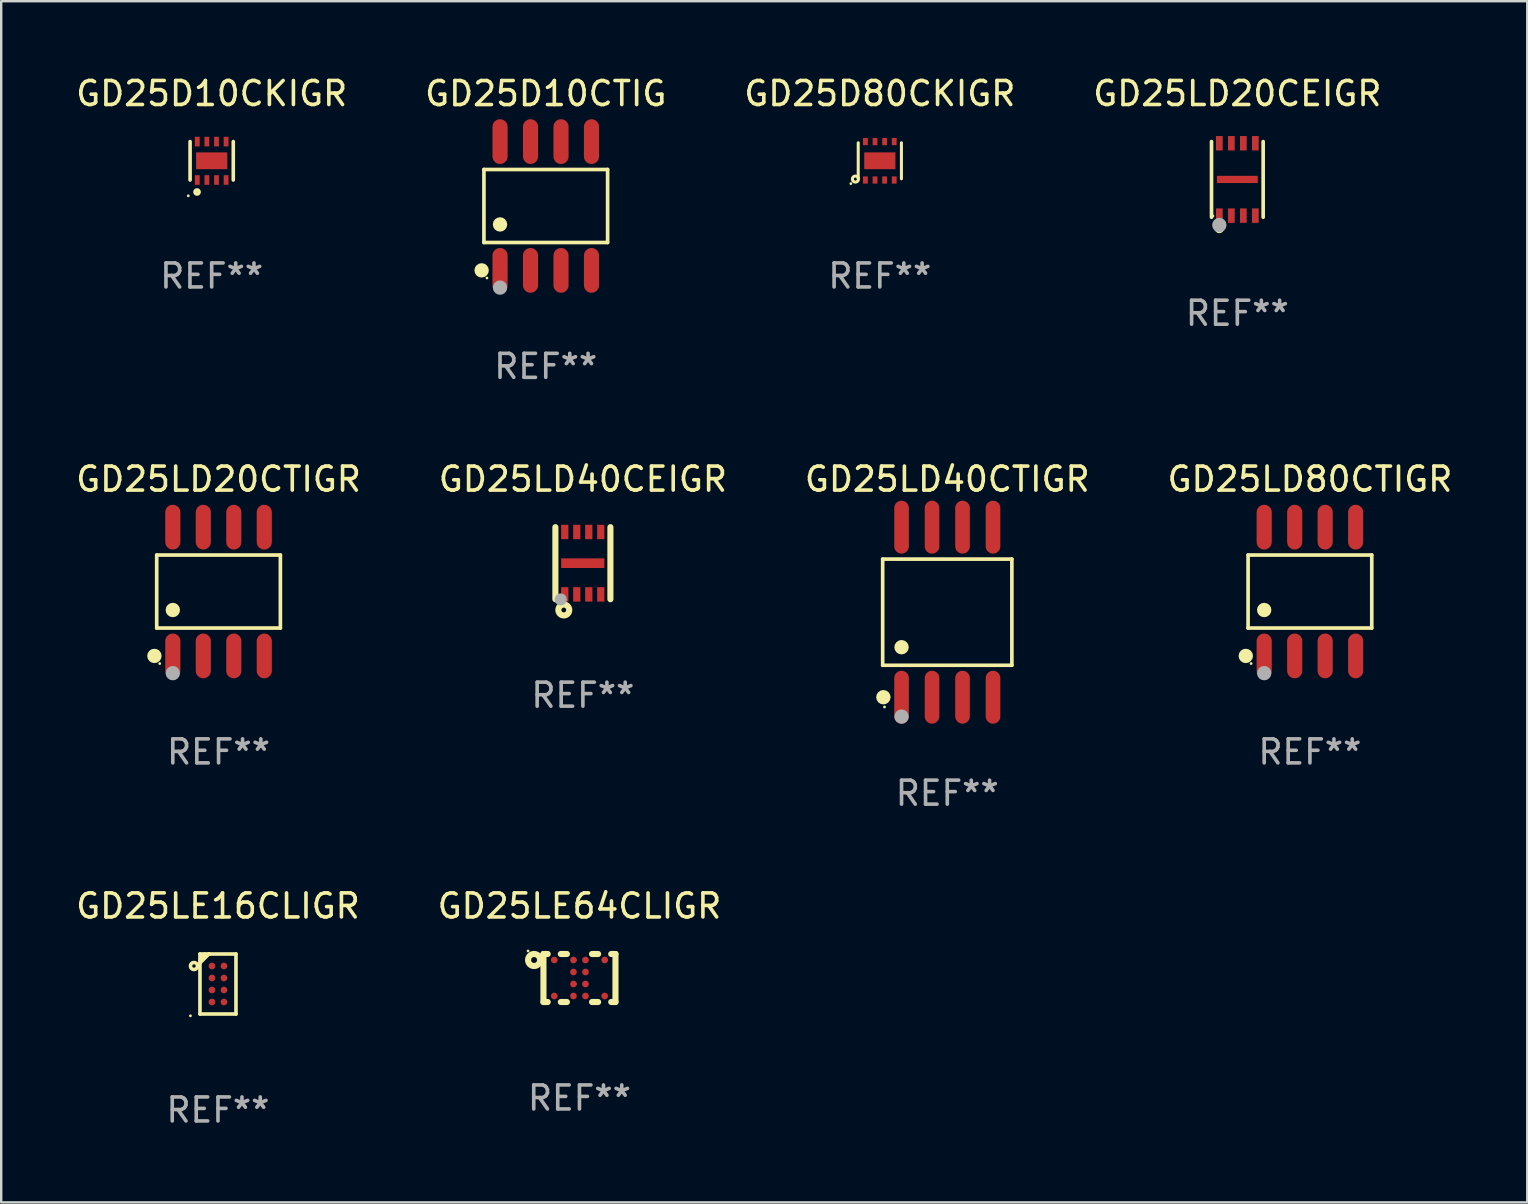
<source format=kicad_pcb>
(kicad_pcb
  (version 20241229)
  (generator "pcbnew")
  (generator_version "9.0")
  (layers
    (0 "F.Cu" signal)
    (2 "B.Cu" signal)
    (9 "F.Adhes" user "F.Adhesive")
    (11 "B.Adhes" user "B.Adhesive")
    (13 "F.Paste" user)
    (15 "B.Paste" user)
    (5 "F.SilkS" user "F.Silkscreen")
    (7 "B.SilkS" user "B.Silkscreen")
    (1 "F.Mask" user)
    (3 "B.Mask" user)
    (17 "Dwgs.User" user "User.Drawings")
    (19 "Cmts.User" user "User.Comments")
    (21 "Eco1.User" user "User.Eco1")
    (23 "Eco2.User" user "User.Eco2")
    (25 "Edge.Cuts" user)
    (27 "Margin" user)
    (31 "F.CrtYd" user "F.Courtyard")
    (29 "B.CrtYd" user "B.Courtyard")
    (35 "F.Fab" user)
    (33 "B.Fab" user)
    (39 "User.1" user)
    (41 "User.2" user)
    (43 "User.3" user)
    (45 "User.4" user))
  (footprint "GD25LD20CEIGR"
    (layer "F.Cu")
    (at 48.494 4.424)
    (property "Reference" "GD25LD20CEIGR" (at 0 -3.576 0) (layer "F.SilkS") (effects (font (size 1 1) (thickness 0.15))))
    (attr through_hole)
    (fp_line (start -1.076 1.576) (end -1.076 -1.576) (stroke (width 0.152) (type solid)) (layer "F.SilkS"))
    (fp_line (start 1.076 -1.576) (end 1.076 1.576) (stroke (width 0.152) (type solid)) (layer "F.SilkS"))
    (fp_circle (center -1.016 1.524) (end -0.986 1.524) (stroke (width 0.06) (type solid)) (fill no) (layer "F.SilkS"))
    (fp_circle (center -0.75 2.04) (end -0.65 2.04) (stroke (width 0.2) (type solid)) (fill no) (layer "F.SilkS"))
    (fp_circle (center -0.75 1.9) (end -0.6 1.9) (stroke (width 0.3) (type solid)) (fill no) (layer "F.Fab"))
    (fp_text user "REF**" (at 0 5.576 0) (layer "F.Fab") (effects (font (size 1 1) (thickness 0.15))))
    (pad "1" smd rect (at -0.75 1.508) (size 0.28 0.6) (layers "F.Cu" "F.Mask" "F.Paste"))
    (pad "2" smd rect (at -0.25 1.508) (size 0.28 0.6) (layers "F.Cu" "F.Mask" "F.Paste"))
    (pad "3" smd rect (at 0.25 1.508) (size 0.28 0.6) (layers "F.Cu" "F.Mask" "F.Paste"))
    (pad "4" smd rect (at 0.75 1.508) (size 0.28 0.6) (layers "F.Cu" "F.Mask" "F.Paste"))
    (pad "5" smd rect (at 0.75 -1.507) (size 0.28 0.6) (layers "F.Cu" "F.Mask" "F.Paste"))
    (pad "6" smd rect (at 0.25 -1.507) (size 0.28 0.6) (layers "F.Cu" "F.Mask" "F.Paste"))
    (pad "7" smd rect (at -0.25 -1.507) (size 0.28 0.6) (layers "F.Cu" "F.Mask" "F.Paste"))
    (pad "8" smd rect (at -0.75 -1.507) (size 0.28 0.6) (layers "F.Cu" "F.Mask" "F.Paste"))
    (pad "9" smd rect (at 0.000064 0.000089) (size 1.7 0.3) (layers "F.Cu" "F.Mask" "F.Paste")))
  (footprint "GD25D10CKIGR"
    (layer "F.Cu")
    (at 5.768 3.648)
    (property "Reference" "GD25D10CKIGR" (at 0 -2.8 0) (layer "F.SilkS") (effects (font (size 1 1) (thickness 0.15))))
    (attr through_hole)
    (fp_line (start -0.9 -0.8) (end -0.9 0.8) (stroke (width 0.15) (type solid)) (layer "F.SilkS"))
    (fp_line (start 0.9 -0.8) (end 0.9 0.8) (stroke (width 0.15) (type solid)) (layer "F.SilkS"))
    (fp_circle (center -0.975 1.46) (end -0.945 1.46) (stroke (width 0.06) (type solid)) (fill no) (layer "F.SilkS"))
    (fp_circle (center -0.61 1.3) (end -0.525 1.3) (stroke (width 0.15) (type solid)) (fill no) (layer "F.SilkS"))
    (fp_text user "REF**" (at 0 4.8 0) (layer "F.Fab") (effects (font (size 1 1) (thickness 0.15))))
    (pad "1" smd rect (at -0.6 0.8) (size 0.2 0.4) (layers "F.Cu" "F.Mask" "F.Paste"))
    (pad "2" smd rect (at -0.2 0.8) (size 0.2 0.4) (layers "F.Cu" "F.Mask" "F.Paste"))
    (pad "3" smd rect (at 0.2 0.8) (size 0.2 0.4) (layers "F.Cu" "F.Mask" "F.Paste"))
    (pad "4" smd rect (at 0.6 0.8) (size 0.2 0.4) (layers "F.Cu" "F.Mask" "F.Paste"))
    (pad "5" smd rect (at 0.6 -0.8) (size 0.2 0.4) (layers "F.Cu" "F.Mask" "F.Paste"))
    (pad "6" smd rect (at 0.2 -0.8) (size 0.2 0.4) (layers "F.Cu" "F.Mask" "F.Paste"))
    (pad "7" smd rect (at -0.2 -0.8) (size 0.2 0.4) (layers "F.Cu" "F.Mask" "F.Paste"))
    (pad "8" smd rect (at -0.6 -0.8) (size 0.2 0.4) (layers "F.Cu" "F.Mask" "F.Paste"))
    (pad "9" smd rect (at 0 0 90) (size 0.7 1.3) (layers "F.Cu" "F.Mask" "F.Paste")))
  (footprint "GD25D80CKIGR"
    (layer "F.Cu")
    (at 33.601 3.648)
    (property "Reference" "GD25D80CKIGR" (at 0 -2.8 0) (layer "F.SilkS") (effects (font (size 1 1) (thickness 0.15))))
    (attr through_hole)
    (fp_line (start -0.9 0.75) (end -0.9 -0.75) (stroke (width 0.127) (type solid)) (layer "F.SilkS"))
    (fp_line (start 0.9 0.75) (end 0.9 -0.75) (stroke (width 0.127) (type solid)) (layer "F.SilkS"))
    (fp_circle (center -1.206 0.952) (end -1.176 0.952) (stroke (width 0.06) (type solid)) (fill no) (layer "F.SilkS"))
    (fp_circle (center -1.016 0.762) (end -0.889 0.762) (stroke (width 0.127) (type solid)) (fill no) (layer "F.SilkS"))
    (fp_text user "REF**" (at 0 4.8 0) (layer "F.Fab") (effects (font (size 1 1) (thickness 0.15))))
    (pad "1" smd rect (at -0.6 0.8 180) (size 0.2 0.3) (layers "F.Cu" "F.Mask" "F.Paste"))
    (pad "2" smd rect (at -0.2 0.8 180) (size 0.2 0.3) (layers "F.Cu" "F.Mask" "F.Paste"))
    (pad "3" smd rect (at 0.2 0.8 180) (size 0.2 0.3) (layers "F.Cu" "F.Mask" "F.Paste"))
    (pad "4" smd rect (at 0.6 0.8 180) (size 0.2 0.3) (layers "F.Cu" "F.Mask" "F.Paste"))
    (pad "5" smd rect (at 0.6 -0.8 180) (size 0.2 0.3) (layers "F.Cu" "F.Mask" "F.Paste"))
    (pad "6" smd rect (at 0.2 -0.8 180) (size 0.2 0.3) (layers "F.Cu" "F.Mask" "F.Paste"))
    (pad "7" smd rect (at -0.2 -0.8 180) (size 0.2 0.3) (layers "F.Cu" "F.Mask" "F.Paste"))
    (pad "8" smd rect (at -0.6 -0.8 180) (size 0.2 0.3) (layers "F.Cu" "F.Mask" "F.Paste"))
    (pad "9" smd rect (at 0.000064 -0.000127 270) (size 0.7 1.3) (layers "F.Cu" "F.Mask" "F.Paste")))
  (footprint "GD25D10CTIG"
    (layer "F.Cu")
    (at 19.685 5.531)
    (property "Reference" "GD25D10CTIG" (at 0 -4.682 0) (layer "F.SilkS") (effects (font (size 1 1) (thickness 0.15))))
    (attr through_hole)
    (fp_line (start -2.576 -1.521) (end 2.576 -1.521) (stroke (width 0.152) (type solid)) (layer "F.SilkS"))
    (fp_line (start -2.576 1.521) (end -2.576 -1.521) (stroke (width 0.152) (type solid)) (layer "F.SilkS"))
    (fp_line (start 2.576 -1.521) (end 2.576 1.521) (stroke (width 0.152) (type solid)) (layer "F.SilkS"))
    (fp_line (start 2.576 1.521) (end -2.576 1.521) (stroke (width 0.152) (type solid)) (layer "F.SilkS"))
    (fp_circle (center -2.672 2.682) (end -2.522 2.682) (stroke (width 0.3) (type solid)) (fill no) (layer "F.SilkS"))
    (fp_circle (center -2.45 3) (end -2.42 3) (stroke (width 0.06) (type solid)) (fill no) (layer "F.SilkS"))
    (fp_circle (center -1.905 0.769) (end -1.755 0.769) (stroke (width 0.3) (type solid)) (fill no) (layer "F.SilkS"))
    (fp_circle (center -1.905 3.4) (end -1.755 3.4) (stroke (width 0.3) (type solid)) (fill no) (layer "F.Fab"))
    (fp_text user "REF**" (at 0 6.682 0) (layer "F.Fab") (effects (font (size 1 1) (thickness 0.15))))
    (pad "1" smd oval (at -1.905 2.682) (size 0.63 1.865) (layers "F.Cu" "F.Mask" "F.Paste"))
    (pad "2" smd oval (at -0.635 2.682) (size 0.63 1.865) (layers "F.Cu" "F.Mask" "F.Paste"))
    (pad "3" smd oval (at 0.635 2.682) (size 0.63 1.865) (layers "F.Cu" "F.Mask" "F.Paste"))
    (pad "4" smd oval (at 1.905 2.682) (size 0.63 1.865) (layers "F.Cu" "F.Mask" "F.Paste"))
    (pad "5" smd oval (at 1.905 -2.682) (size 0.63 1.865) (layers "F.Cu" "F.Mask" "F.Paste"))
    (pad "6" smd oval (at 0.635 -2.682) (size 0.63 1.865) (layers "F.Cu" "F.Mask" "F.Paste"))
    (pad "7" smd oval (at -0.635 -2.682) (size 0.63 1.865) (layers "F.Cu" "F.Mask" "F.Paste"))
    (pad "8" smd oval (at -1.905 -2.682) (size 0.63 1.865) (layers "F.Cu" "F.Mask" "F.Paste")))
  (footprint "GD25LD20CTIGR"
    (layer "F.Cu")
    (at 6.054 21.592)
    (property "Reference" "GD25LD20CTIGR" (at 0 -4.682 0) (layer "F.SilkS") (effects (font (size 1 1) (thickness 0.15))))
    (attr through_hole)
    (fp_line (start -2.576 -1.521) (end 2.576 -1.521) (stroke (width 0.152) (type solid)) (layer "F.SilkS"))
    (fp_line (start -2.576 1.521) (end -2.576 -1.521) (stroke (width 0.152) (type solid)) (layer "F.SilkS"))
    (fp_line (start 2.576 -1.521) (end 2.576 1.521) (stroke (width 0.152) (type solid)) (layer "F.SilkS"))
    (fp_line (start 2.576 1.521) (end -2.576 1.521) (stroke (width 0.152) (type solid)) (layer "F.SilkS"))
    (fp_circle (center -2.672 2.682) (end -2.522 2.682) (stroke (width 0.3) (type solid)) (fill no) (layer "F.SilkS"))
    (fp_circle (center -2.45 3) (end -2.42 3) (stroke (width 0.06) (type solid)) (fill no) (layer "F.SilkS"))
    (fp_circle (center -1.905 0.769) (end -1.755 0.769) (stroke (width 0.3) (type solid)) (fill no) (layer "F.SilkS"))
    (fp_circle (center -1.905 3.4) (end -1.755 3.4) (stroke (width 0.3) (type solid)) (fill no) (layer "F.Fab"))
    (fp_text user "REF**" (at 0 6.682 0) (layer "F.Fab") (effects (font (size 1 1) (thickness 0.15))))
    (pad "1" smd oval (at -1.905 2.682) (size 0.63 1.865) (layers "F.Cu" "F.Mask" "F.Paste"))
    (pad "2" smd oval (at -0.635 2.682) (size 0.63 1.865) (layers "F.Cu" "F.Mask" "F.Paste"))
    (pad "3" smd oval (at 0.635 2.682) (size 0.63 1.865) (layers "F.Cu" "F.Mask" "F.Paste"))
    (pad "4" smd oval (at 1.905 2.682) (size 0.63 1.865) (layers "F.Cu" "F.Mask" "F.Paste"))
    (pad "5" smd oval (at 1.905 -2.682) (size 0.63 1.865) (layers "F.Cu" "F.Mask" "F.Paste"))
    (pad "6" smd oval (at 0.635 -2.682) (size 0.63 1.865) (layers "F.Cu" "F.Mask" "F.Paste"))
    (pad "7" smd oval (at -0.635 -2.682) (size 0.63 1.865) (layers "F.Cu" "F.Mask" "F.Paste"))
    (pad "8" smd oval (at -1.905 -2.682) (size 0.63 1.865) (layers "F.Cu" "F.Mask" "F.Paste")))
  (footprint "GD25LD40CTIGR"
    (layer "F.Cu")
    (at 36.411 22.452)
    (property "Reference" "GD25LD40CTIGR" (at 0 -5.542 0) (layer "F.SilkS") (effects (font (size 1 1) (thickness 0.15))))
    (attr through_hole)
    (fp_line (start -2.691 -2.211) (end 2.691 -2.211) (stroke (width 0.152) (type solid)) (layer "F.SilkS"))
    (fp_line (start -2.691 2.211) (end -2.691 -2.211) (stroke (width 0.152) (type solid)) (layer "F.SilkS"))
    (fp_line (start 2.691 -2.211) (end 2.691 2.211) (stroke (width 0.152) (type solid)) (layer "F.SilkS"))
    (fp_line (start 2.691 2.211) (end -2.691 2.211) (stroke (width 0.152) (type solid)) (layer "F.SilkS"))
    (fp_circle (center -2.662 3.542) (end -2.512 3.542) (stroke (width 0.3) (type solid)) (fill no) (layer "F.SilkS"))
    (fp_circle (center -2.615 3.95) (end -2.585 3.95) (stroke (width 0.06) (type solid)) (fill no) (layer "F.SilkS"))
    (fp_circle (center -1.905 1.459) (end -1.755 1.459) (stroke (width 0.3) (type solid)) (fill no) (layer "F.SilkS"))
    (fp_circle (center -1.905 4.35) (end -1.755 4.35) (stroke (width 0.3) (type solid)) (fill no) (layer "F.Fab"))
    (fp_text user "REF**" (at 0 7.542 0) (layer "F.Fab") (effects (font (size 1 1) (thickness 0.15))))
    (pad "1" smd oval (at -1.905 3.542) (size 0.609 2.204) (layers "F.Cu" "F.Mask" "F.Paste"))
    (pad "2" smd oval (at -0.635 3.542) (size 0.609 2.204) (layers "F.Cu" "F.Mask" "F.Paste"))
    (pad "3" smd oval (at 0.635 3.542) (size 0.609 2.204) (layers "F.Cu" "F.Mask" "F.Paste"))
    (pad "4" smd oval (at 1.905 3.542) (size 0.609 2.204) (layers "F.Cu" "F.Mask" "F.Paste"))
    (pad "5" smd oval (at 1.905 -3.542) (size 0.609 2.204) (layers "F.Cu" "F.Mask" "F.Paste"))
    (pad "6" smd oval (at 0.635 -3.542) (size 0.609 2.204) (layers "F.Cu" "F.Mask" "F.Paste"))
    (pad "7" smd oval (at -0.635 -3.542) (size 0.609 2.204) (layers "F.Cu" "F.Mask" "F.Paste"))
    (pad "8" smd oval (at -1.905 -3.542) (size 0.609 2.204) (layers "F.Cu" "F.Mask" "F.Paste")))
  (footprint "GD25LE16CLIGR"
    (layer "F.Cu")
    (at 6.03 37.941)
    (property "Reference" "GD25LE16CLIGR" (at 0 -3.25 0) (layer "F.SilkS") (effects (font (size 1 1) (thickness 0.15))))
    (attr through_hole)
    (fp_line (start -0.75 -1.25) (end -0.75 1.25) (stroke (width 0.15) (type solid)) (layer "F.SilkS"))
    (fp_line (start -0.75 -1.25) (end 0.75 -1.25) (stroke (width 0.15) (type solid)) (layer "F.SilkS"))
    (fp_line (start -0.75 1.25) (end 0.75 1.25) (stroke (width 0.15) (type solid)) (layer "F.SilkS"))
    (fp_line (start -0.552 -1.25) (end -0.552 -1.204) (stroke (width 0.15) (type solid)) (layer "F.SilkS"))
    (fp_line (start -0.552 -1.204) (end -0.75 -1.006) (stroke (width 0.15) (type solid)) (layer "F.SilkS"))
    (fp_line (start -0.379 -1.25) (end -0.75 -0.879) (stroke (width 0.15) (type solid)) (layer "F.SilkS"))
    (fp_line (start -0.352 -1.25) (end -0.379 -1.25) (stroke (width 0.15) (type solid)) (layer "F.SilkS"))
    (fp_line (start 0.75 -1.25) (end 0.75 1.25) (stroke (width 0.15) (type solid)) (layer "F.SilkS"))
    (fp_circle (center -1.147 1.325) (end -1.117 1.325) (stroke (width 0.06) (type solid)) (fill no) (layer "F.SilkS"))
    (fp_circle (center -1 -0.75) (end -0.928 -0.75) (stroke (width 0.15) (type solid)) (fill no) (layer "F.SilkS"))
    (fp_text user "REF**" (at 0 5.25 0) (layer "F.Fab") (effects (font (size 1 1) (thickness 0.15))))
    (pad "A1" smd circle (at -0.25 -0.75) (size 0.28 0.28) (layers "F.Cu" "F.Mask" "F.Paste"))
    (pad "A2" smd circle (at 0.25 -0.75) (size 0.28 0.28) (layers "F.Cu" "F.Mask" "F.Paste"))
    (pad "B1" smd circle (at -0.25 -0.25) (size 0.28 0.28) (layers "F.Cu" "F.Mask" "F.Paste"))
    (pad "B2" smd circle (at 0.25 -0.25) (size 0.28 0.28) (layers "F.Cu" "F.Mask" "F.Paste"))
    (pad "C1" smd circle (at -0.25 0.25) (size 0.28 0.28) (layers "F.Cu" "F.Mask" "F.Paste"))
    (pad "C2" smd circle (at 0.25 0.25) (size 0.28 0.28) (layers "F.Cu" "F.Mask" "F.Paste"))
    (pad "D1" smd circle (at -0.25 0.75) (size 0.28 0.28) (layers "F.Cu" "F.Mask" "F.Paste"))
    (pad "D2" smd circle (at 0.25 0.75) (size 0.28 0.28) (layers "F.Cu" "F.Mask" "F.Paste")))
  (footprint "GD25LD80CTIGR"
    (layer "F.Cu")
    (at 51.518 21.592)
    (property "Reference" "GD25LD80CTIGR" (at 0 -4.682 0) (layer "F.SilkS") (effects (font (size 1 1) (thickness 0.15))))
    (attr through_hole)
    (fp_line (start -2.576 -1.521) (end 2.576 -1.521) (stroke (width 0.152) (type solid)) (layer "F.SilkS"))
    (fp_line (start -2.576 1.521) (end -2.576 -1.521) (stroke (width 0.152) (type solid)) (layer "F.SilkS"))
    (fp_line (start 2.576 -1.521) (end 2.576 1.521) (stroke (width 0.152) (type solid)) (layer "F.SilkS"))
    (fp_line (start 2.576 1.521) (end -2.576 1.521) (stroke (width 0.152) (type solid)) (layer "F.SilkS"))
    (fp_circle (center -2.672 2.682) (end -2.522 2.682) (stroke (width 0.3) (type solid)) (fill no) (layer "F.SilkS"))
    (fp_circle (center -2.45 3) (end -2.42 3) (stroke (width 0.06) (type solid)) (fill no) (layer "F.SilkS"))
    (fp_circle (center -1.905 0.769) (end -1.755 0.769) (stroke (width 0.3) (type solid)) (fill no) (layer "F.SilkS"))
    (fp_circle (center -1.905 3.4) (end -1.755 3.4) (stroke (width 0.3) (type solid)) (fill no) (layer "F.Fab"))
    (fp_text user "REF**" (at 0 6.682 0) (layer "F.Fab") (effects (font (size 1 1) (thickness 0.15))))
    (pad "1" smd oval (at -1.905 2.682) (size 0.63 1.865) (layers "F.Cu" "F.Mask" "F.Paste"))
    (pad "2" smd oval (at -0.635 2.682) (size 0.63 1.865) (layers "F.Cu" "F.Mask" "F.Paste"))
    (pad "3" smd oval (at 0.635 2.682) (size 0.63 1.865) (layers "F.Cu" "F.Mask" "F.Paste"))
    (pad "4" smd oval (at 1.905 2.682) (size 0.63 1.865) (layers "F.Cu" "F.Mask" "F.Paste"))
    (pad "5" smd oval (at 1.905 -2.682) (size 0.63 1.865) (layers "F.Cu" "F.Mask" "F.Paste"))
    (pad "6" smd oval (at 0.635 -2.682) (size 0.63 1.865) (layers "F.Cu" "F.Mask" "F.Paste"))
    (pad "7" smd oval (at -0.635 -2.682) (size 0.63 1.865) (layers "F.Cu" "F.Mask" "F.Paste"))
    (pad "8" smd oval (at -1.905 -2.682) (size 0.63 1.865) (layers "F.Cu" "F.Mask" "F.Paste")))
  (footprint "GD25LE64CLIGR"
    (layer "F.Cu")
    (at 21.089 37.691)
    (property "Reference" "GD25LE64CLIGR" (at 0 -3 0) (layer "F.SilkS") (effects (font (size 1 1) (thickness 0.15))))
    (attr through_hole)
    (fp_line (start -1.5 -1) (end -1.323 -1) (stroke (width 0.254) (type solid)) (layer "F.SilkS"))
    (fp_line (start -1.5 1) (end -1.5 -1) (stroke (width 0.254) (type solid)) (layer "F.SilkS"))
    (fp_line (start -1.323 1) (end -1.5 1) (stroke (width 0.254) (type solid)) (layer "F.SilkS"))
    (fp_line (start -0.777 -1) (end -0.523 -1) (stroke (width 0.254) (type solid)) (layer "F.SilkS"))
    (fp_line (start -0.523 1) (end -0.777 1) (stroke (width 0.254) (type solid)) (layer "F.SilkS"))
    (fp_line (start 0.523 -1) (end 0.777 -1) (stroke (width 0.254) (type solid)) (layer "F.SilkS"))
    (fp_line (start 0.777 1) (end 0.523 1) (stroke (width 0.254) (type solid)) (layer "F.SilkS"))
    (fp_line (start 1.323 -1) (end 1.5 -1) (stroke (width 0.254) (type solid)) (layer "F.SilkS"))
    (fp_line (start 1.5 -1) (end 1.5 1) (stroke (width 0.254) (type solid)) (layer "F.SilkS"))
    (fp_line (start 1.5 1) (end 1.323 1) (stroke (width 0.254) (type solid)) (layer "F.SilkS"))
    (fp_circle (center -2.141 -1.127) (end -2.111 -1.127) (stroke (width 0.06) (type solid)) (fill no) (layer "F.SilkS"))
    (fp_circle (center -1.89 -0.75) (end -1.766 -0.75) (stroke (width 0.254) (type solid)) (fill no) (layer "F.SilkS"))
    (fp_text user "REF**" (at 0 5 0) (layer "F.Fab") (effects (font (size 1 1) (thickness 0.15))))
    (pad "A1" smd circle (at -1.05 -0.75) (size 0.28 0.28) (layers "F.Cu" "F.Mask" "F.Paste"))
    (pad "A2" smd circle (at -0.25 -0.75) (size 0.28 0.28) (layers "F.Cu" "F.Mask" "F.Paste"))
    (pad "A3" smd circle (at 0.25 -0.75) (size 0.28 0.28) (layers "F.Cu" "F.Mask" "F.Paste"))
    (pad "A4" smd circle (at 1.05 -0.75) (size 0.28 0.28) (layers "F.Cu" "F.Mask" "F.Paste"))
    (pad "B2" smd circle (at -0.25 -0.25) (size 0.28 0.28) (layers "F.Cu" "F.Mask" "F.Paste"))
    (pad "B3" smd circle (at 0.25 -0.25) (size 0.28 0.28) (layers "F.Cu" "F.Mask" "F.Paste"))
    (pad "C2" smd circle (at -0.25 0.25) (size 0.28 0.28) (layers "F.Cu" "F.Mask" "F.Paste"))
    (pad "C3" smd circle (at 0.25 0.25) (size 0.28 0.28) (layers "F.Cu" "F.Mask" "F.Paste"))
    (pad "D1" smd circle (at -1.05 0.75) (size 0.28 0.28) (layers "F.Cu" "F.Mask" "F.Paste"))
    (pad "D2" smd circle (at -0.25 0.75) (size 0.28 0.28) (layers "F.Cu" "F.Mask" "F.Paste"))
    (pad "D3" smd circle (at 0.25 0.75) (size 0.28 0.28) (layers "F.Cu" "F.Mask" "F.Paste"))
    (pad "D4" smd circle (at 1.05 0.75) (size 0.28 0.28) (layers "F.Cu" "F.Mask" "F.Paste")))
  (footprint "GD25LD40CEIGR"
    (layer "F.Cu")
    (at 21.232 20.411)
    (property "Reference" "GD25LD40CEIGR" (at 0 -3.501 0) (layer "F.SilkS") (effects (font (size 1 1) (thickness 0.15))))
    (attr through_hole)
    (fp_line (start -1.146 -1.501) (end -1.146 1.501) (stroke (width 0.254) (type solid)) (layer "F.SilkS"))
    (fp_line (start 1.146 -1.501) (end 1.146 1.501) (stroke (width 0.254) (type solid)) (layer "F.SilkS"))
    (fp_circle (center -1.005 1.5) (end -0.975 1.5) (stroke (width 0.06) (type solid)) (fill no) (layer "F.SilkS"))
    (fp_circle (center -0.795 1.95) (end -0.695 1.95) (stroke (width 0.254) (type solid)) (fill no) (layer "F.SilkS"))
    (fp_circle (center -0.925 1.51) (end -0.798 1.51) (stroke (width 0.254) (type solid)) (fill no) (layer "F.Fab"))
    (fp_text user "REF**" (at 0 5.501 0) (layer "F.Fab") (effects (font (size 1 1) (thickness 0.15))))
    (pad "1" smd rect (at -0.755 1.3) (size 0.3 0.6) (layers "F.Cu" "F.Mask" "F.Paste"))
    (pad "2" smd rect (at -0.255 1.3) (size 0.3 0.6) (layers "F.Cu" "F.Mask" "F.Paste"))
    (pad "3" smd rect (at 0.245 1.3) (size 0.3 0.6) (layers "F.Cu" "F.Mask" "F.Paste"))
    (pad "4" smd rect (at 0.745 1.3) (size 0.3 0.6) (layers "F.Cu" "F.Mask" "F.Paste"))
    (pad "5" smd rect (at 0.745 -1.3) (size 0.3 0.6) (layers "F.Cu" "F.Mask" "F.Paste"))
    (pad "6" smd rect (at 0.245 -1.3) (size 0.3 0.6) (layers "F.Cu" "F.Mask" "F.Paste"))
    (pad "7" smd rect (at -0.255 -1.3) (size 0.3 0.6) (layers "F.Cu" "F.Mask" "F.Paste"))
    (pad "8" smd rect (at -0.755 -1.3) (size 0.3 0.6) (layers "F.Cu" "F.Mask" "F.Paste"))
    (pad "9" smd rect (at -0.005 0 90) (size 0.4 1.8) (layers "F.Cu" "F.Mask" "F.Paste")))
  (gr_rect
    (start -3 -3)
    (end 60.571 47.039)
    (stroke (width 0.1) (type default))
    (fill no)
    (layer "Edge.Cuts")))
</source>
